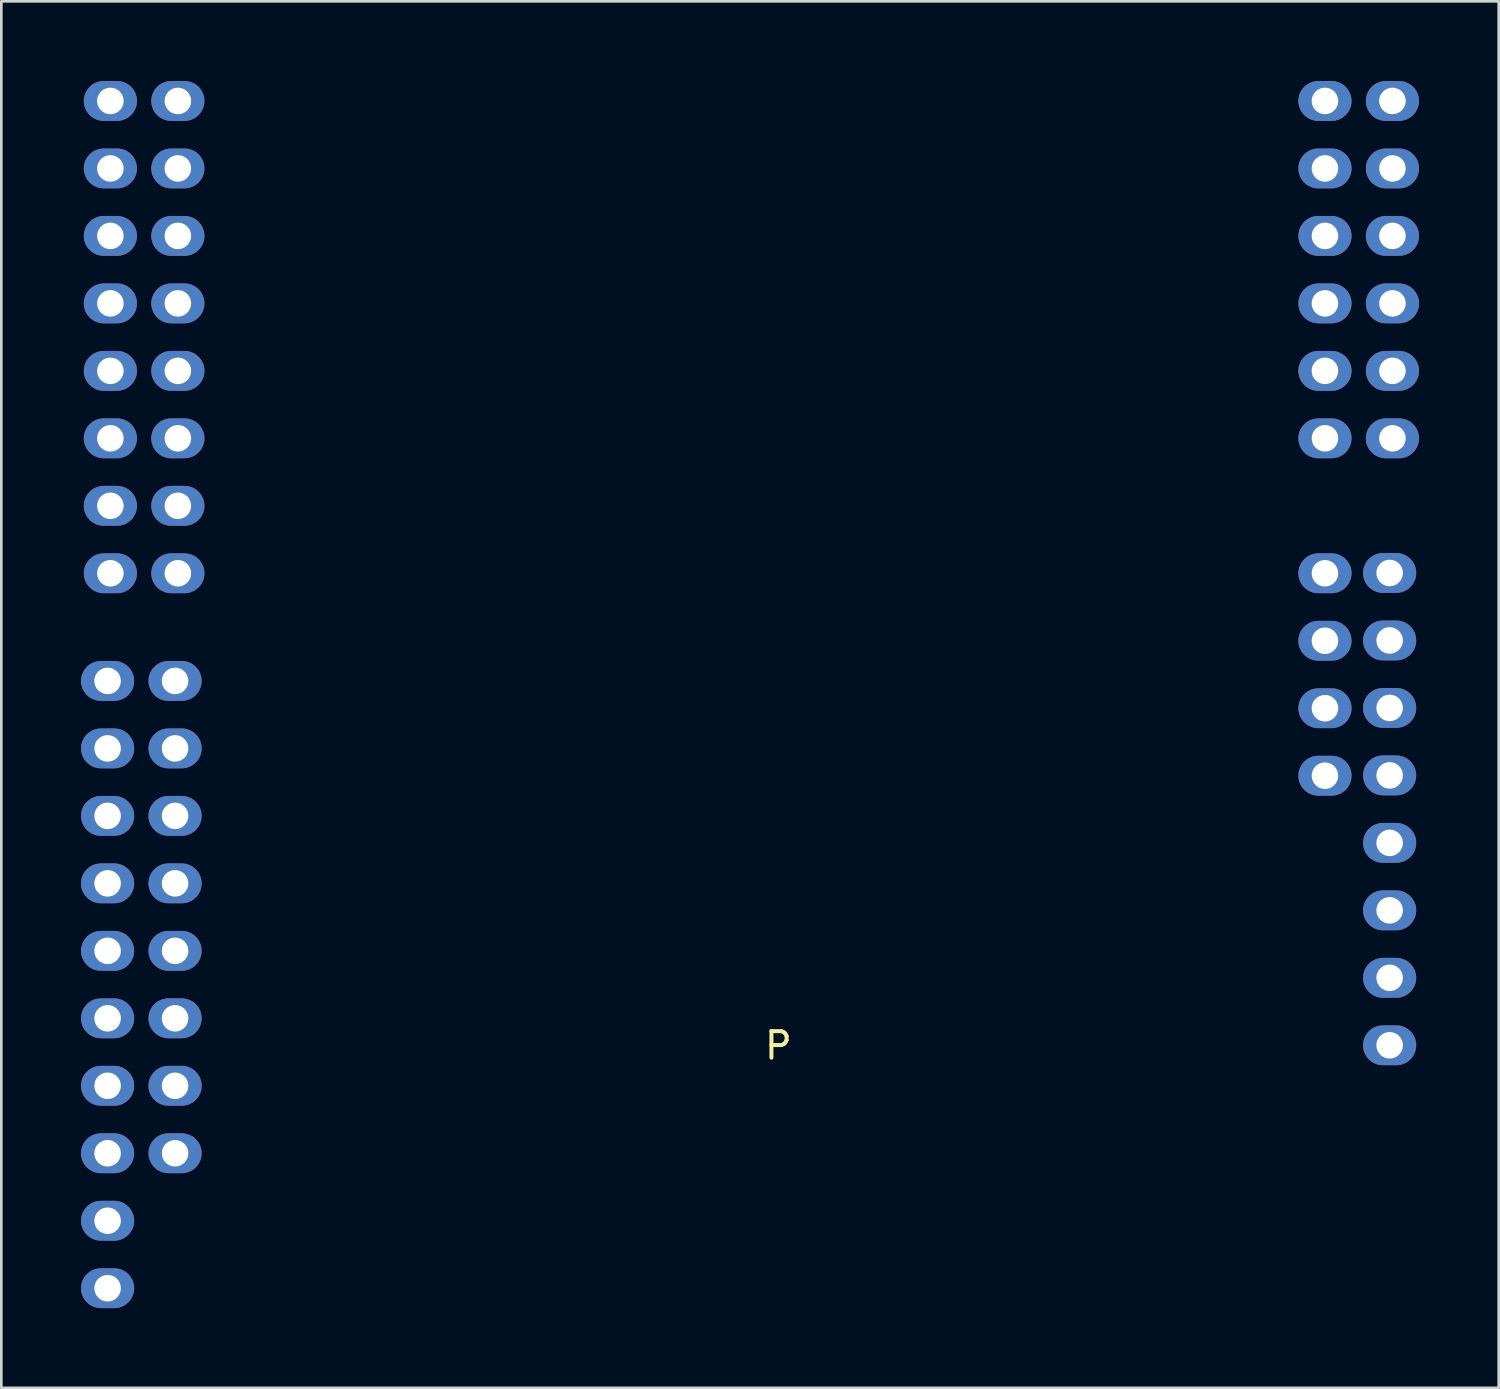
<source format=kicad_pcb>
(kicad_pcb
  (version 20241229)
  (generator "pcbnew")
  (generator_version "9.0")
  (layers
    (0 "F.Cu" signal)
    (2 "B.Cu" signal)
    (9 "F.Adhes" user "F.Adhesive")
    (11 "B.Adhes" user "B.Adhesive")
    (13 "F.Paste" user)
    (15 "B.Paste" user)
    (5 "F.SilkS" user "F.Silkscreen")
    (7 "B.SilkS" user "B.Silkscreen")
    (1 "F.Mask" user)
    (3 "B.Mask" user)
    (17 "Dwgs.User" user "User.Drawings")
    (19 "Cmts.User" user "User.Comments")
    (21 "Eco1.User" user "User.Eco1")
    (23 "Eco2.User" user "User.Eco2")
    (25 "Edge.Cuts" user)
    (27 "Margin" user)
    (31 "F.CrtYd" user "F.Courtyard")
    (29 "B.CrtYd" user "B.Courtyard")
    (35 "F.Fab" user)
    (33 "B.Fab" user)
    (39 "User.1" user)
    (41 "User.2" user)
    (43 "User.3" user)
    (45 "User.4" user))
  (footprint "P"
    (layer "F.Cu")
    (at 23.965 28.69)
    (property "Reference" "P" (at 2.286 7.62 0) (layer "F.SilkS") (effects (font (size 1 1) (thickness 0.15))))
    (attr through_hole)
    (pad "1" thru_hole oval (at 25.295 7.608 270) (size 1.5 2) (drill 1) (layers "*.Cu" "*.Mask"))
    (pad "2" thru_hole oval (at 25.295 5.068 270) (size 1.5 2) (drill 1) (layers "*.Cu" "*.Mask"))
    (pad "3" thru_hole oval (at 25.295 2.528 270) (size 1.5 2) (drill 1) (layers "*.Cu" "*.Mask"))
    (pad "4" thru_hole oval (at 25.295 -0.012 270) (size 1.5 2) (drill 1) (layers "*.Cu" "*.Mask"))
    (pad "5" thru_hole oval (at 25.295 -2.552 270) (size 1.5 2) (drill 1) (layers "*.Cu" "*.Mask"))
    (pad "6" thru_hole oval (at 25.295 -5.092 270) (size 1.5 2) (drill 1) (layers "*.Cu" "*.Mask"))
    (pad "7" thru_hole oval (at 25.295 -7.632 270) (size 1.5 2) (drill 1) (layers "*.Cu" "*.Mask"))
    (pad "8" thru_hole oval (at 25.295 -10.172 270) (size 1.5 2) (drill 1) (layers "*.Cu" "*.Mask"))
    (pad "9" thru_hole oval (at 22.86 -2.54 270) (size 1.5 2) (drill 1) (layers "*.Cu" "*.Mask"))
    (pad "10" thru_hole oval (at 22.86 -5.08 270) (size 1.5 2) (drill 1) (layers "*.Cu" "*.Mask"))
    (pad "11" thru_hole oval (at 22.86 -7.62 270) (size 1.5 2) (drill 1) (layers "*.Cu" "*.Mask"))
    (pad "12" thru_hole oval (at 22.86 -10.16 270) (size 1.5 2) (drill 1) (layers "*.Cu" "*.Mask"))
    (pad "13" thru_hole oval (at 25.4 -15.24 270) (size 1.5 2) (drill 1) (layers "*.Cu" "*.Mask"))
    (pad "14" thru_hole oval (at 25.4 -17.78 270) (size 1.5 2) (drill 1) (layers "*.Cu" "*.Mask"))
    (pad "15" thru_hole oval (at 25.4 -20.32 270) (size 1.5 2) (drill 1) (layers "*.Cu" "*.Mask"))
    (pad "16" thru_hole oval (at 25.4 -22.86 270) (size 1.5 2) (drill 1) (layers "*.Cu" "*.Mask"))
    (pad "17" thru_hole oval (at 25.4 -25.4 270) (size 1.5 2) (drill 1) (layers "*.Cu" "*.Mask"))
    (pad "18" thru_hole oval (at 25.4 -27.94 270) (size 1.5 2) (drill 1) (layers "*.Cu" "*.Mask"))
    (pad "19" thru_hole oval (at 22.86 -15.24 270) (size 1.5 2) (drill 1) (layers "*.Cu" "*.Mask"))
    (pad "20" thru_hole oval (at 22.86 -17.78 270) (size 1.5 2) (drill 1) (layers "*.Cu" "*.Mask"))
    (pad "21" thru_hole oval (at 22.86 -20.32 270) (size 1.5 2) (drill 1) (layers "*.Cu" "*.Mask"))
    (pad "22" thru_hole oval (at 22.86 -22.86 270) (size 1.5 2) (drill 1) (layers "*.Cu" "*.Mask"))
    (pad "23" thru_hole oval (at 22.86 -25.4 270) (size 1.5 2) (drill 1) (layers "*.Cu" "*.Mask"))
    (pad "24" thru_hole oval (at 22.86 -27.94 270) (size 1.5 2) (drill 1) (layers "*.Cu" "*.Mask"))
    (pad "25" thru_hole oval (at -22.965 16.752 270) (size 1.5 2) (drill 1) (layers "*.Cu" "*.Mask"))
    (pad "26" thru_hole oval (at -22.965 14.212 270) (size 1.5 2) (drill 1) (layers "*.Cu" "*.Mask"))
    (pad "27" thru_hole oval (at -22.965 11.672 270) (size 1.5 2) (drill 1) (layers "*.Cu" "*.Mask"))
    (pad "28" thru_hole oval (at -22.965 9.132 270) (size 1.5 2) (drill 1) (layers "*.Cu" "*.Mask"))
    (pad "29" thru_hole oval (at -22.965 6.592 270) (size 1.5 2) (drill 1) (layers "*.Cu" "*.Mask"))
    (pad "30" thru_hole oval (at -22.965 4.052 270) (size 1.5 2) (drill 1) (layers "*.Cu" "*.Mask"))
    (pad "31" thru_hole oval (at -22.965 1.512 270) (size 1.5 2) (drill 1) (layers "*.Cu" "*.Mask"))
    (pad "32" thru_hole oval (at -22.965 -1.028 270) (size 1.5 2) (drill 1) (layers "*.Cu" "*.Mask"))
    (pad "33" thru_hole oval (at -22.965 -3.568 270) (size 1.5 2) (drill 1) (layers "*.Cu" "*.Mask"))
    (pad "34" thru_hole oval (at -22.965 -6.108 270) (size 1.5 2) (drill 1) (layers "*.Cu" "*.Mask"))
    (pad "35" thru_hole oval (at -20.425 11.672 270) (size 1.5 2) (drill 1) (layers "*.Cu" "*.Mask"))
    (pad "36" thru_hole oval (at -20.425 9.132 270) (size 1.5 2) (drill 1) (layers "*.Cu" "*.Mask"))
    (pad "37" thru_hole oval (at -20.425 6.592 270) (size 1.5 2) (drill 1) (layers "*.Cu" "*.Mask"))
    (pad "38" thru_hole oval (at -20.425 4.052 270) (size 1.5 2) (drill 1) (layers "*.Cu" "*.Mask"))
    (pad "39" thru_hole oval (at -20.425 1.512 270) (size 1.5 2) (drill 1) (layers "*.Cu" "*.Mask"))
    (pad "40" thru_hole oval (at -20.425 -1.028 270) (size 1.5 2) (drill 1) (layers "*.Cu" "*.Mask"))
    (pad "41" thru_hole oval (at -20.425 -3.568 270) (size 1.5 2) (drill 1) (layers "*.Cu" "*.Mask"))
    (pad "42" thru_hole oval (at -20.425 -6.108 270) (size 1.5 2) (drill 1) (layers "*.Cu" "*.Mask"))
    (pad "43" thru_hole oval (at -22.86 -10.16 270) (size 1.5 2) (drill 1) (layers "*.Cu" "*.Mask"))
    (pad "44" thru_hole oval (at -22.86 -12.7 270) (size 1.5 2) (drill 1) (layers "*.Cu" "*.Mask"))
    (pad "45" thru_hole oval (at -22.86 -15.24 270) (size 1.5 2) (drill 1) (layers "*.Cu" "*.Mask"))
    (pad "46" thru_hole oval (at -22.86 -17.78 270) (size 1.5 2) (drill 1) (layers "*.Cu" "*.Mask"))
    (pad "47" thru_hole oval (at -22.86 -20.32 270) (size 1.5 2) (drill 1) (layers "*.Cu" "*.Mask"))
    (pad "48" thru_hole oval (at -22.86 -22.86 270) (size 1.5 2) (drill 1) (layers "*.Cu" "*.Mask"))
    (pad "49" thru_hole oval (at -22.86 -25.4 270) (size 1.5 2) (drill 1) (layers "*.Cu" "*.Mask"))
    (pad "50" thru_hole oval (at -22.86 -27.94 270) (size 1.5 2) (drill 1) (layers "*.Cu" "*.Mask"))
    (pad "51" thru_hole oval (at -20.32 -10.16 270) (size 1.5 2) (drill 1) (layers "*.Cu" "*.Mask"))
    (pad "52" thru_hole oval (at -20.32 -12.7 270) (size 1.5 2) (drill 1) (layers "*.Cu" "*.Mask"))
    (pad "53" thru_hole oval (at -20.32 -15.24 270) (size 1.5 2) (drill 1) (layers "*.Cu" "*.Mask"))
    (pad "54" thru_hole oval (at -20.32 -17.78 270) (size 1.5 2) (drill 1) (layers "*.Cu" "*.Mask"))
    (pad "55" thru_hole oval (at -20.32 -20.32 270) (size 1.5 2) (drill 1) (layers "*.Cu" "*.Mask"))
    (pad "56" thru_hole oval (at -20.32 -22.86 270) (size 1.5 2) (drill 1) (layers "*.Cu" "*.Mask"))
    (pad "57" thru_hole oval (at -20.32 -25.4 270) (size 1.5 2) (drill 1) (layers "*.Cu" "*.Mask"))
    (pad "58" thru_hole oval (at -20.32 -27.94 270) (size 1.5 2) (drill 1) (layers "*.Cu" "*.Mask")))
  (gr_rect
    (start -3 -3)
    (end 53.365 49.192)
    (stroke (width 0.1) (type default))
    (fill no)
    (layer "Edge.Cuts")))
</source>
